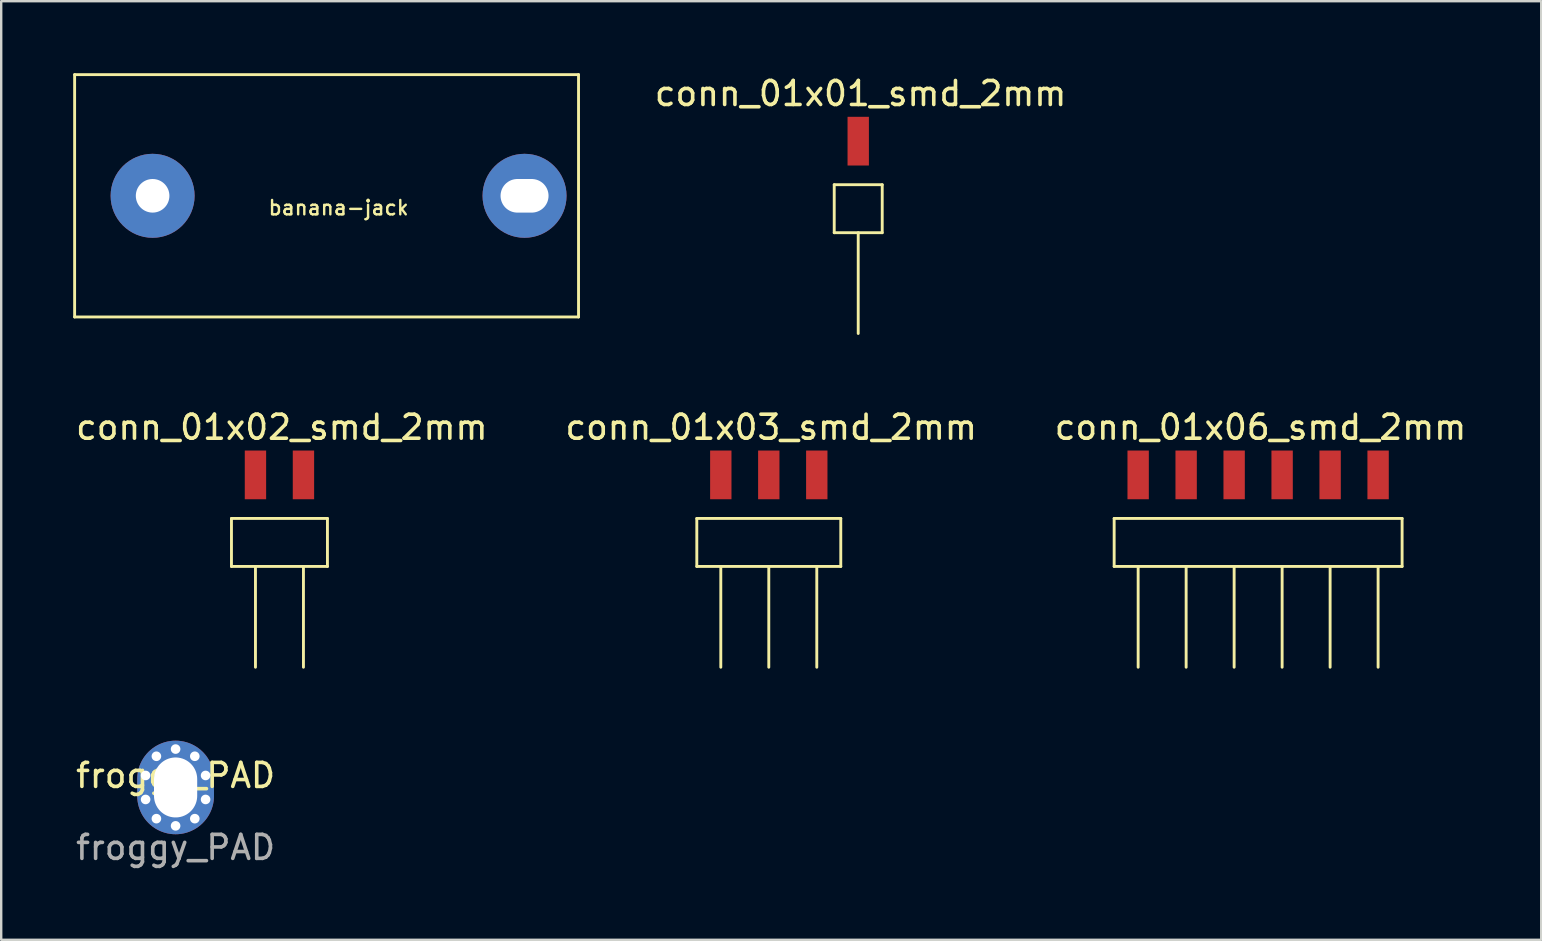
<source format=kicad_pcb>
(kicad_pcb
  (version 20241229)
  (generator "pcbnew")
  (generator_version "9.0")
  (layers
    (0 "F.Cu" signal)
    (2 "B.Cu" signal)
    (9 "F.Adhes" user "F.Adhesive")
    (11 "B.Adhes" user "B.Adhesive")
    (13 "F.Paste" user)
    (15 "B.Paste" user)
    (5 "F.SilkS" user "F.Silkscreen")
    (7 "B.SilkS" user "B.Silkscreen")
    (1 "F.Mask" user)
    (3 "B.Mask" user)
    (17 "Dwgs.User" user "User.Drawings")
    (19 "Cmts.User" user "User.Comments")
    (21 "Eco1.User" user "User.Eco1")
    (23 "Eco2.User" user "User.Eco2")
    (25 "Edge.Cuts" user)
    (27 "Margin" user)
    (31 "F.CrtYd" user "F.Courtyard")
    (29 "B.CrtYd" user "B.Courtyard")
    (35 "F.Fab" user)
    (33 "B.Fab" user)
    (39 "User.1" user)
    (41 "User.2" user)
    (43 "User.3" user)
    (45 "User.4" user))
  (footprint "conn_01x06_smd_2mm"
    (layer "F.Cu")
    (at 49.382 17.756)
    (property "Reference" "conn_01x06_smd_2mm" (at 0.1 -3 0) (layer "F.SilkS") (effects (font (size 1 1) (thickness 0.15))))
    (attr through_hole)
    (fp_line (start -6 0.8) (end -6 2.8) (stroke (width 0.12) (type solid)) (layer "F.SilkS"))
    (fp_line (start -6 0.8) (end 6 0.8) (stroke (width 0.12) (type solid)) (layer "F.SilkS"))
    (fp_line (start -6 2.8) (end 6 2.8) (stroke (width 0.12) (type solid)) (layer "F.SilkS"))
    (fp_line (start -5 2.8) (end -5 7) (stroke (width 0.12) (type solid)) (layer "F.SilkS"))
    (fp_line (start -3 2.8) (end -3 7) (stroke (width 0.12) (type solid)) (layer "F.SilkS"))
    (fp_line (start -1 2.8) (end -1 7) (stroke (width 0.12) (type solid)) (layer "F.SilkS"))
    (fp_line (start 1 2.8) (end 1 7) (stroke (width 0.12) (type solid)) (layer "F.SilkS"))
    (fp_line (start 3 2.8) (end 3 7) (stroke (width 0.12) (type solid)) (layer "F.SilkS"))
    (fp_line (start 5 2.8) (end 5 7) (stroke (width 0.12) (type solid)) (layer "F.SilkS"))
    (fp_line (start 6 0.8) (end 6 2.8) (stroke (width 0.12) (type solid)) (layer "F.SilkS"))
    (pad "1" smd rect (at 5 -1.015) (size 0.89 2.03) (layers "F.Cu" "F.Mask" "F.Paste"))
    (pad "2" smd rect (at 3 -1.015) (size 0.89 2.03) (layers "F.Cu" "F.Mask" "F.Paste"))
    (pad "3" smd rect (at 1 -1.015) (size 0.89 2.03) (layers "F.Cu" "F.Mask" "F.Paste"))
    (pad "4" smd rect (at -1 -1.015) (size 0.89 2.03) (layers "F.Cu" "F.Mask" "F.Paste"))
    (pad "5" smd rect (at -3 -1.015) (size 0.89 2.03) (layers "F.Cu" "F.Mask" "F.Paste"))
    (pad "6" smd rect (at -5 -1.015) (size 0.89 2.03) (layers "F.Cu" "F.Mask" "F.Paste")))
  (footprint "conn_01x01_smd_2mm"
    (layer "F.Cu")
    (at 32.716 3.848)
    (property "Reference" "conn_01x01_smd_2mm" (at 0.1 -3 0) (layer "F.SilkS") (effects (font (size 1 1) (thickness 0.15))))
    (attr through_hole)
    (fp_line (start -1 0.8) (end -1 2.8) (stroke (width 0.12) (type solid)) (layer "F.SilkS"))
    (fp_line (start -1 0.8) (end 1 0.8) (stroke (width 0.12) (type solid)) (layer "F.SilkS"))
    (fp_line (start -1 2.8) (end 1 2.8) (stroke (width 0.12) (type solid)) (layer "F.SilkS"))
    (fp_line (start 0 2.8) (end 0 7) (stroke (width 0.12) (type solid)) (layer "F.SilkS"))
    (fp_line (start 1 0.8) (end 1 2.8) (stroke (width 0.12) (type solid)) (layer "F.SilkS"))
    (pad "1" smd rect (at 0 -1.015) (size 0.89 2.03) (layers "F.Cu" "F.Mask" "F.Paste")))
  (footprint "conn_01x03_smd_2mm"
    (layer "F.Cu")
    (at 28.989 17.756)
    (property "Reference" "conn_01x03_smd_2mm" (at 0.1 -3 0) (layer "F.SilkS") (effects (font (size 1 1) (thickness 0.15))))
    (attr through_hole)
    (fp_line (start -3 0.8) (end -3 2.8) (stroke (width 0.12) (type solid)) (layer "F.SilkS"))
    (fp_line (start -3 0.8) (end 3 0.8) (stroke (width 0.12) (type solid)) (layer "F.SilkS"))
    (fp_line (start -3 2.8) (end 3 2.8) (stroke (width 0.12) (type solid)) (layer "F.SilkS"))
    (fp_line (start -2 2.8) (end -2 7) (stroke (width 0.12) (type solid)) (layer "F.SilkS"))
    (fp_line (start 0 2.8) (end 0 7) (stroke (width 0.12) (type solid)) (layer "F.SilkS"))
    (fp_line (start 2 2.8) (end 2 7) (stroke (width 0.12) (type solid)) (layer "F.SilkS"))
    (fp_line (start 3 0.8) (end 3 2.8) (stroke (width 0.12) (type solid)) (layer "F.SilkS"))
    (pad "1" smd rect (at 2 -1.015) (size 0.89 2.03) (layers "F.Cu" "F.Mask" "F.Paste"))
    (pad "2" smd rect (at 0 -1.015) (size 0.89 2.03) (layers "F.Cu" "F.Mask" "F.Paste"))
    (pad "3" smd rect (at -2 -1.015) (size 0.89 2.03) (layers "F.Cu" "F.Mask" "F.Paste")))
  (footprint "froggy_PAD"
    (layer "F.Cu")
    (at 4.268 29.767)
    (property "Reference" "froggy_PAD" (at 0 -0.5 0) (unlocked yes) (layer "F.SilkS") (effects (font (size 1 1) (thickness 0.15))))
    (attr through_hole)
    (fp_text user "${REFERENCE}" (at 0 2.5 0) (unlocked yes) (layer "F.Fab") (effects (font (size 1 1) (thickness 0.15))))
    (pad "1" thru_hole oval (at -1.25 -0.5) (size 0.6 0.6) (drill oval 0.4) (layers "*.Cu" "*.Mask"))
    (pad "1" thru_hole oval (at -1.25 0.5) (size 0.6 0.6) (drill oval 0.4) (layers "*.Cu" "*.Mask"))
    (pad "1" thru_hole oval (at -0.8 -1.3) (size 0.6 0.6) (drill oval 0.4) (layers "*.Cu" "*.Mask"))
    (pad "1" thru_hole oval (at -0.8 1.3) (size 0.6 0.6) (drill oval 0.4) (layers "*.Cu" "*.Mask"))
    (pad "1" thru_hole oval (at 0 -1.6) (size 0.6 0.6) (drill oval 0.4) (layers "*.Cu" "*.Mask"))
    (pad "1" thru_hole oval (at 0 0) (size 3.2 3.9) (drill oval 1.8 2.5) (layers "*.Cu" "*.Mask"))
    (pad "1" thru_hole oval (at 0 1.6) (size 0.6 0.6) (drill oval 0.4) (layers "*.Cu" "*.Mask"))
    (pad "1" thru_hole oval (at 0.8 -1.3) (size 0.6 0.6) (drill oval 0.4) (layers "*.Cu" "*.Mask"))
    (pad "1" thru_hole oval (at 0.8 1.3) (size 0.6 0.6) (drill oval 0.4) (layers "*.Cu" "*.Mask"))
    (pad "1" thru_hole oval (at 1.25 -0.5) (size 0.6 0.6) (drill oval 0.4) (layers "*.Cu" "*.Mask"))
    (pad "1" thru_hole oval (at 1.25 0.5) (size 0.6 0.6) (drill oval 0.4) (layers "*.Cu" "*.Mask")))
  (footprint "conn_01x02_smd_2mm"
    (layer "F.Cu")
    (at 8.596 17.756)
    (property "Reference" "conn_01x02_smd_2mm" (at 0.1 -3 0) (layer "F.SilkS") (effects (font (size 1 1) (thickness 0.15))))
    (attr through_hole)
    (fp_line (start -2 0.8) (end -2 2.8) (stroke (width 0.12) (type solid)) (layer "F.SilkS"))
    (fp_line (start -2 0.8) (end 2 0.8) (stroke (width 0.12) (type solid)) (layer "F.SilkS"))
    (fp_line (start -2 2.8) (end 2 2.8) (stroke (width 0.12) (type solid)) (layer "F.SilkS"))
    (fp_line (start -1 2.8) (end -1 7) (stroke (width 0.12) (type solid)) (layer "F.SilkS"))
    (fp_line (start 1 2.8) (end 1 7) (stroke (width 0.12) (type solid)) (layer "F.SilkS"))
    (fp_line (start 2 0.8) (end 2 2.8) (stroke (width 0.12) (type solid)) (layer "F.SilkS"))
    (pad "1" smd rect (at 1 -1.015) (size 0.89 2.03) (layers "F.Cu" "F.Mask" "F.Paste"))
    (pad "2" smd rect (at -1 -1.015) (size 0.89 2.03) (layers "F.Cu" "F.Mask" "F.Paste")))
  (footprint "banana-jack"
    (layer "F.Cu")
    (at 11.06 5.11)
    (property "Reference" "banana-jack" (at 0 0.5 0) (layer "F.SilkS") (effects (font (size 0.6 0.6) (thickness 0.1))))
    (attr through_hole)
    (fp_line (start -11 -5.05) (end -11 5.05) (stroke (width 0.12) (type solid)) (layer "F.SilkS"))
    (fp_line (start -11 -5.05) (end 10 -5.05) (stroke (width 0.12) (type solid)) (layer "F.SilkS"))
    (fp_line (start -11 5.05) (end 10 5.05) (stroke (width 0.12) (type solid)) (layer "F.SilkS"))
    (fp_line (start 10 -5.05) (end 10 5.05) (stroke (width 0.12) (type solid)) (layer "F.SilkS"))
    (pad "1" thru_hole circle (at -7.75 0) (size 3.5 3.5) (drill 1.4) (layers "*.Cu" "*.Mask"))
    (pad "1" thru_hole circle (at 7.75 0) (size 3.5 3.5) (drill oval 2 1.4) (layers "*.Cu" "*.Mask")))
  (gr_rect
    (start -3 -3)
    (end 61.179 36.115)
    (stroke (width 0.1) (type default))
    (fill no)
    (layer "Edge.Cuts")))
</source>
